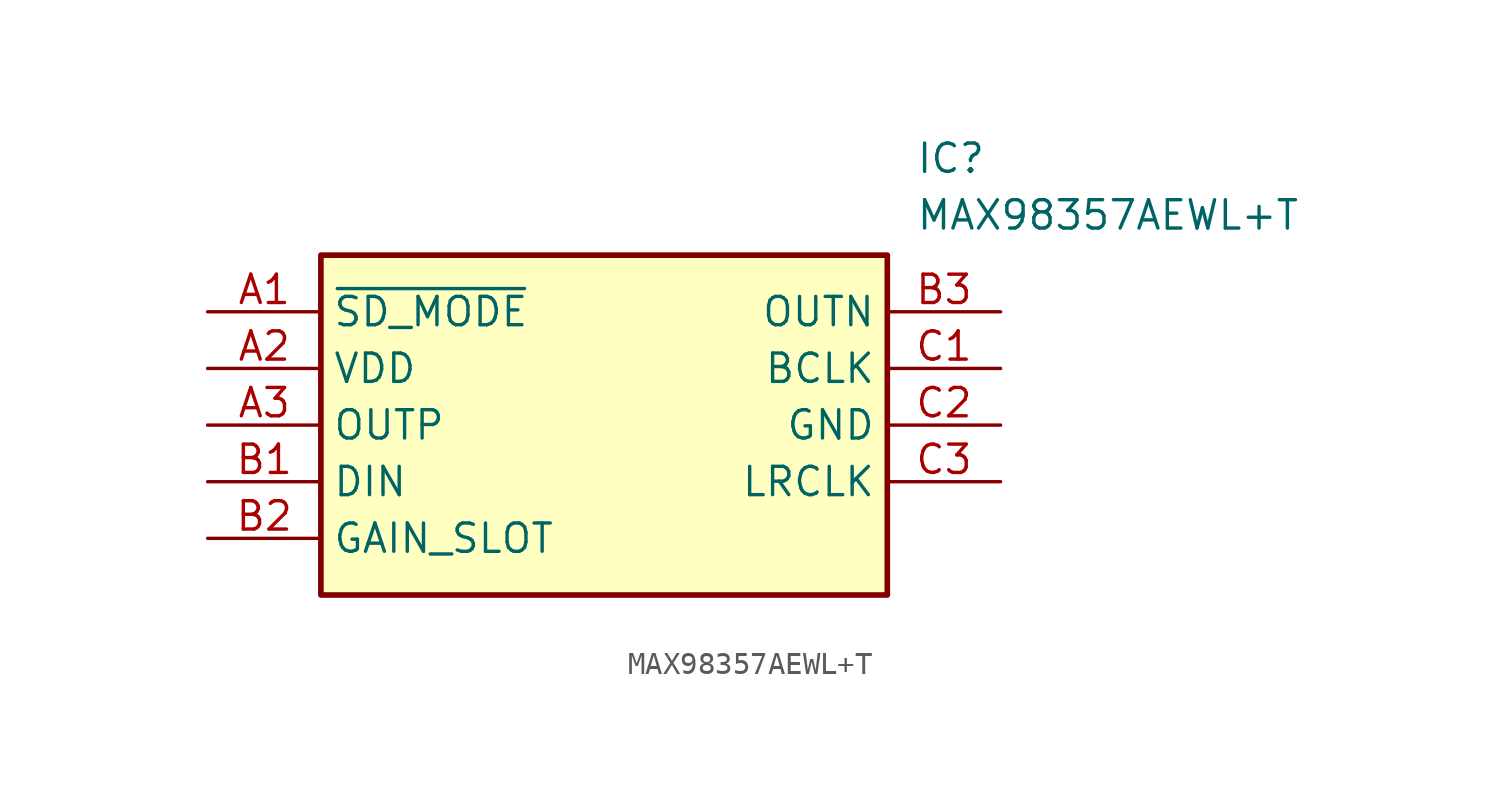
<source format=kicad_sym>
(kicad_symbol_lib
  (version 20211014)
  (generator SamacSys_ECAD_Model)
  (symbol "MAX98357AEWL+T"
    (property "Reference" "IC"
      (at 31.75 7.62 0)
      (effects (font (size 1.27 1.27)) (justify left top)))
    (property "Value" "MAX98357AEWL+T"
      (at 31.75 5.08 0)
      (effects (font (size 1.27 1.27)) (justify left top)))
    (rectangle
      (start 5.08 2.54)
      (end 30.48 -12.7)
      (stroke (width 0.254) (type default))
      (fill (type background)))
    (pin passive line
      (at 0 0 0)
      (length 5.08)
      (name "~{SD_MODE}" (effects (font (size 1.27 1.27))))
      (number "A1" (effects (font (size 1.27 1.27)))))
    (pin passive line
      (at 0 -2.54 0)
      (length 5.08)
      (name "VDD" (effects (font (size 1.27 1.27))))
      (number "A2" (effects (font (size 1.27 1.27)))))
    (pin passive line
      (at 0 -5.08 0)
      (length 5.08)
      (name "OUTP" (effects (font (size 1.27 1.27))))
      (number "A3" (effects (font (size 1.27 1.27)))))
    (pin passive line
      (at 0 -7.62 0)
      (length 5.08)
      (name "DIN" (effects (font (size 1.27 1.27))))
      (number "B1" (effects (font (size 1.27 1.27)))))
    (pin passive line
      (at 0 -10.16 0)
      (length 5.08)
      (name "GAIN_SLOT" (effects (font (size 1.27 1.27))))
      (number "B2" (effects (font (size 1.27 1.27)))))
    (pin passive line
      (at 35.56 0 180)
      (length 5.08)
      (name "OUTN" (effects (font (size 1.27 1.27))))
      (number "B3" (effects (font (size 1.27 1.27)))))
    (pin passive line
      (at 35.56 -2.54 180)
      (length 5.08)
      (name "BCLK" (effects (font (size 1.27 1.27))))
      (number "C1" (effects (font (size 1.27 1.27)))))
    (pin passive line
      (at 35.56 -5.08 180)
      (length 5.08)
      (name "GND" (effects (font (size 1.27 1.27))))
      (number "C2" (effects (font (size 1.27 1.27)))))
    (pin passive line
      (at 35.56 -7.62 180)
      (length 5.08)
      (name "LRCLK" (effects (font (size 1.27 1.27))))
      (number "C3" (effects (font (size 1.27 1.27)))))))
</source>
